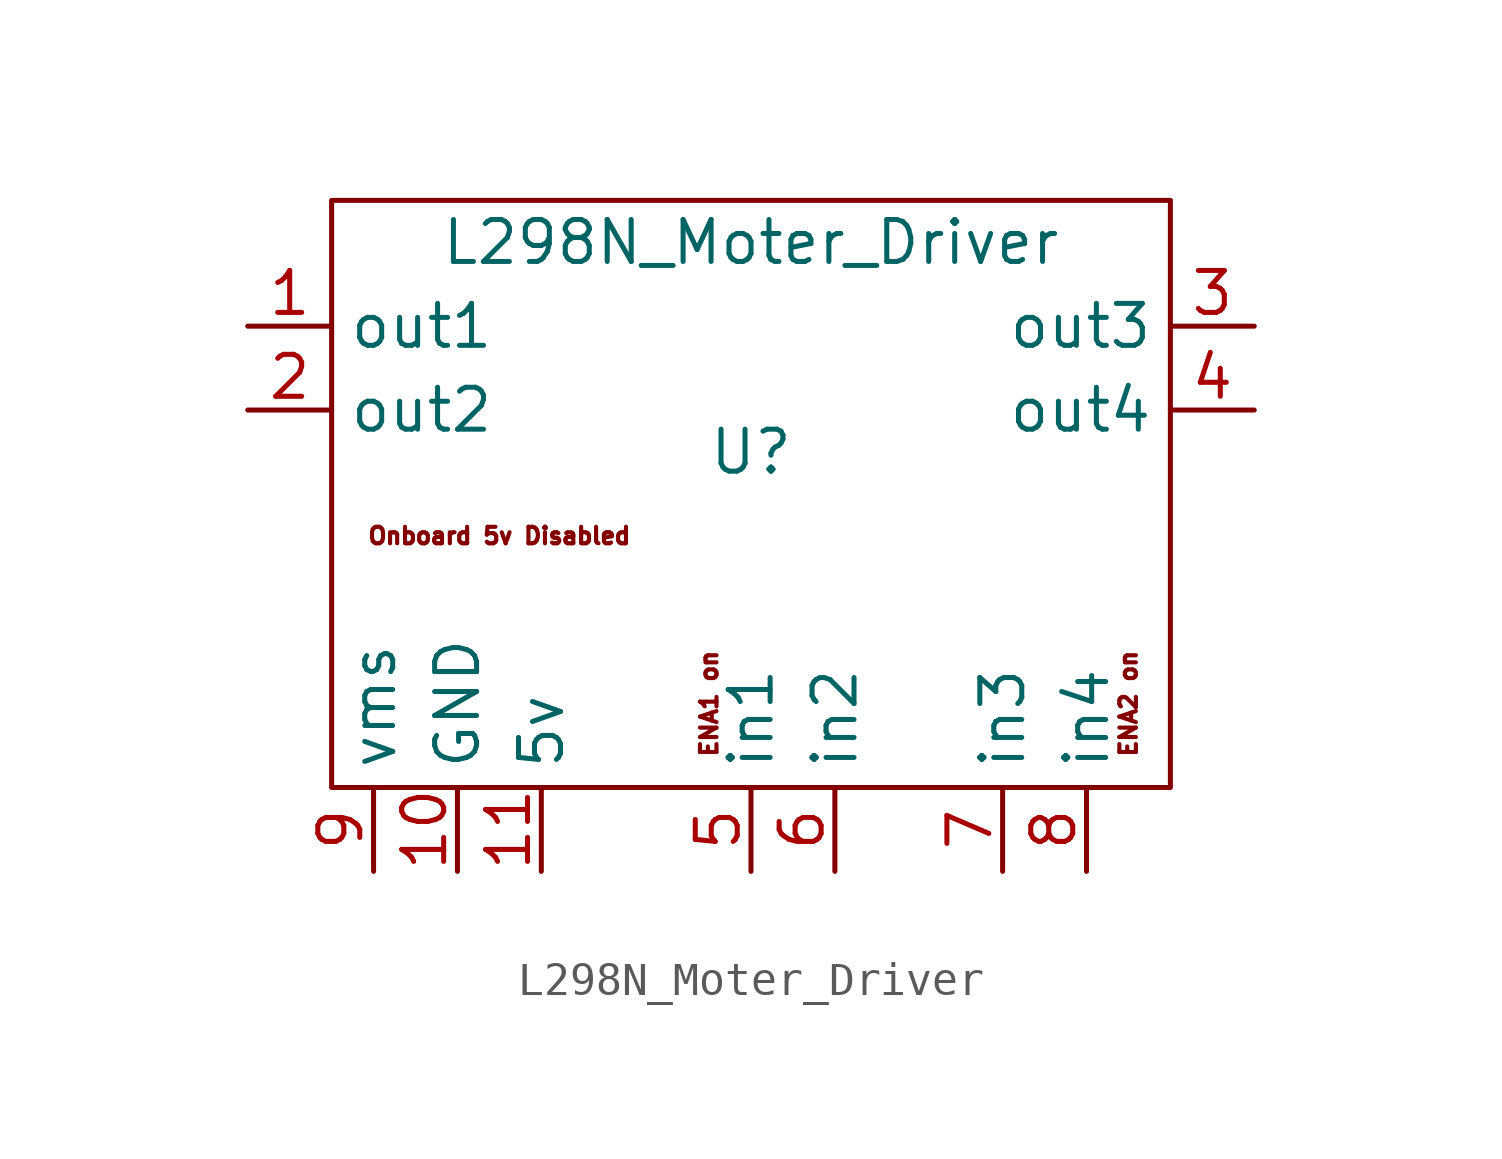
<source format=kicad_sym>
(kicad_symbol_lib
  (version 20211014)
  (generator kicad_symbol_editor)
  (symbol "L298N_Moter_Driver"
    (property "Reference" "U"
      (at 0 0 0)
      (effects (font (size 1.27 1.27))))
    (property "Value" "L298N_Moter_Driver"
      (at 0 6.35 0)
      (effects (font (size 1.27 1.27))))
    (symbol "L298N_Moter_Driver_0_0"
      (text "ENA1 on" (at -1.27 -7.62 900) (effects (font (size 0.5 0.5))))
      (text "ENA2 on" (at 11.43 -7.62 900) (effects (font (size 0.5 0.5))))
      (text "Onboard 5v Disabled" (at -7.62 -2.54 0) (effects (font (size 0.5 0.5)))))
    (symbol "L298N_Moter_Driver_0_1"
      (rectangle (start -12.7 7.62) (end 12.7 -10.16) (stroke (width 0) (type default) (color 0 0 0 0)) (fill (type none))))
    (symbol "L298N_Moter_Driver_1_1"
      (pin input line (at -15.24 3.81 0) (length 2.54) (name "out1" (effects (font (size 1.27 1.27)))) (number "1" (effects (font (size 1.27 1.27)))))
      (pin passive line (at -8.89 -12.7 90) (length 2.54) (name "GND" (effects (font (size 1.27 1.27)))) (number "10" (effects (font (size 1.27 1.27)))))
      (pin passive line (at -6.35 -12.7 90) (length 2.54) (name "5v" (effects (font (size 1.27 1.27)))) (number "11" (effects (font (size 1.27 1.27)))))
      (pin output line (at -15.24 1.27 0) (length 2.54) (name "out2" (effects (font (size 1.27 1.27)))) (number "2" (effects (font (size 1.27 1.27)))))
      (pin output line (at 15.24 3.81 180) (length 2.54) (name "out3" (effects (font (size 1.27 1.27)))) (number "3" (effects (font (size 1.27 1.27)))))
      (pin output line (at 15.24 1.27 180) (length 2.54) (name "out4" (effects (font (size 1.27 1.27)))) (number "4" (effects (font (size 1.27 1.27)))))
      (pin input line (at 0 -12.7 90) (length 2.54) (name "in1" (effects (font (size 1.27 1.27)))) (number "5" (effects (font (size 1.27 1.27)))))
      (pin input line (at 2.54 -12.7 90) (length 2.54) (name "in2" (effects (font (size 1.27 1.27)))) (number "6" (effects (font (size 1.27 1.27)))))
      (pin input line (at 7.62 -12.7 90) (length 2.54) (name "in3" (effects (font (size 1.27 1.27)))) (number "7" (effects (font (size 1.27 1.27)))))
      (pin input line (at 10.16 -12.7 90) (length 2.54) (name "in4" (effects (font (size 1.27 1.27)))) (number "8" (effects (font (size 1.27 1.27)))))
      (pin passive line (at -11.43 -12.7 90) (length 2.54) (name "vms" (effects (font (size 1.27 1.27)))) (number "9" (effects (font (size 1.27 1.27))))))))
</source>
